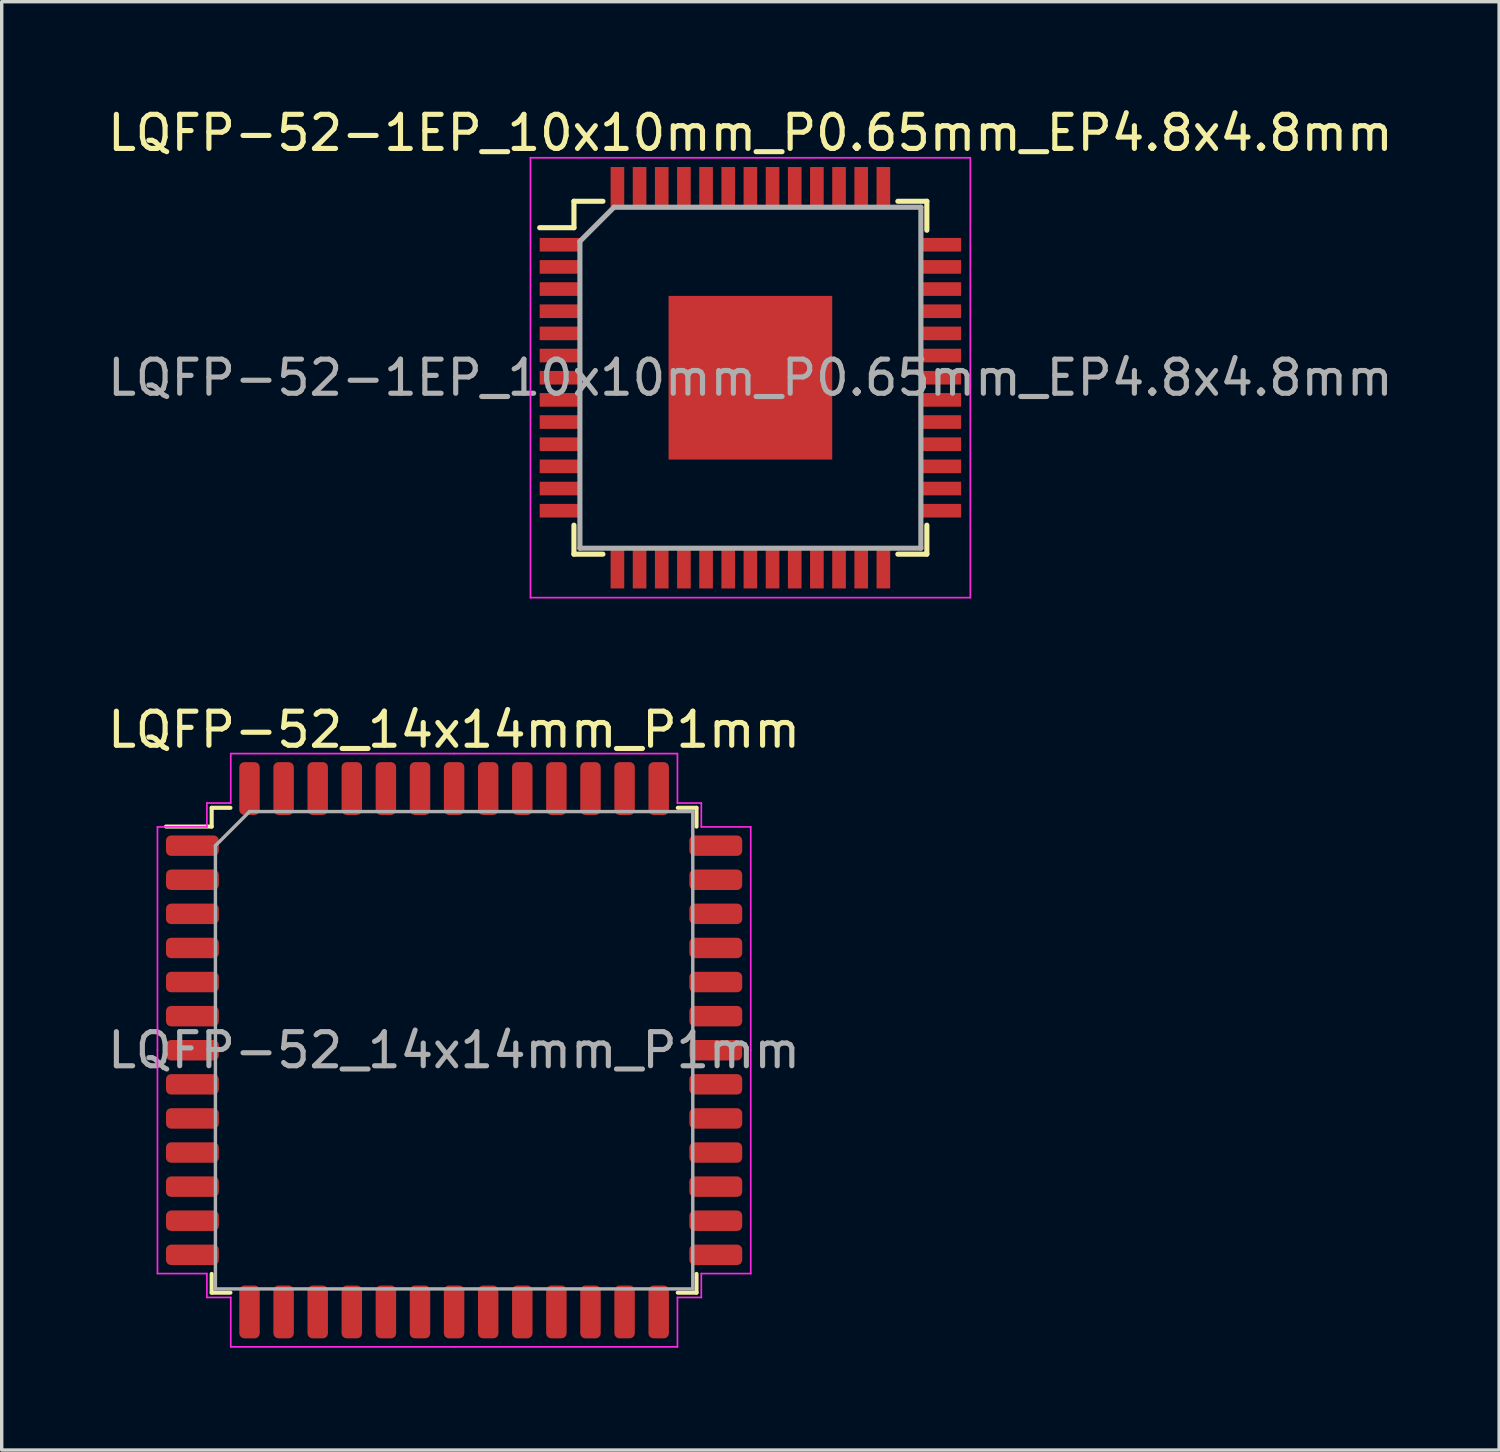
<source format=kicad_pcb>
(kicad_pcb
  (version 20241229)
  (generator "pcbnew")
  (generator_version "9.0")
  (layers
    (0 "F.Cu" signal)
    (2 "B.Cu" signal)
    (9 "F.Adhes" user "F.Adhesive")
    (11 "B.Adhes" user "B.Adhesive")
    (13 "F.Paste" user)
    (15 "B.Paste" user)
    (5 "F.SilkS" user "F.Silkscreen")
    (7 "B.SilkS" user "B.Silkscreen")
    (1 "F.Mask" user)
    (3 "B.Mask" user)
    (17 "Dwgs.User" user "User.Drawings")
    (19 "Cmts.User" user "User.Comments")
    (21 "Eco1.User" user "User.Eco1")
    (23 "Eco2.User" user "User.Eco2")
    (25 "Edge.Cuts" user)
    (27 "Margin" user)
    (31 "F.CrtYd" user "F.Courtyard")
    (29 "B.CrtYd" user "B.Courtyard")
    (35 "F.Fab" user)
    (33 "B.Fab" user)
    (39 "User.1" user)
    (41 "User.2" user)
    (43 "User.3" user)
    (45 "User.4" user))
  (footprint "LQFP-52_14x14mm_P1mm"
    (layer "F.Cu")
    (at 10.268 27.752)
    (property "Reference" "LQFP-52_14x14mm_P1mm" (at 0 -9.4 0) (layer "F.SilkS") (effects (font (size 1 1) (thickness 0.15))))
    (attr smd)
    (fp_line (start -7.11 -7.11) (end -7.11 -6.56) (stroke (width 0.12) (type solid)) (layer "F.SilkS"))
    (fp_line (start -7.11 -6.56) (end -8.45 -6.56) (stroke (width 0.12) (type solid)) (layer "F.SilkS"))
    (fp_line (start -7.11 7.11) (end -7.11 6.56) (stroke (width 0.12) (type solid)) (layer "F.SilkS"))
    (fp_line (start -6.56 -7.11) (end -7.11 -7.11) (stroke (width 0.12) (type solid)) (layer "F.SilkS"))
    (fp_line (start -6.56 7.11) (end -7.11 7.11) (stroke (width 0.12) (type solid)) (layer "F.SilkS"))
    (fp_line (start 6.56 -7.11) (end 7.11 -7.11) (stroke (width 0.12) (type solid)) (layer "F.SilkS"))
    (fp_line (start 6.56 7.11) (end 7.11 7.11) (stroke (width 0.12) (type solid)) (layer "F.SilkS"))
    (fp_line (start 7.11 -7.11) (end 7.11 -6.56) (stroke (width 0.12) (type solid)) (layer "F.SilkS"))
    (fp_line (start 7.11 7.11) (end 7.11 6.56) (stroke (width 0.12) (type solid)) (layer "F.SilkS"))
    (fp_line (start -8.7 -6.55) (end -8.7 0) (stroke (width 0.05) (type solid)) (layer "F.CrtYd"))
    (fp_line (start -8.7 6.55) (end -8.7 0) (stroke (width 0.05) (type solid)) (layer "F.CrtYd"))
    (fp_line (start -7.25 -7.25) (end -7.25 -6.55) (stroke (width 0.05) (type solid)) (layer "F.CrtYd"))
    (fp_line (start -7.25 -6.55) (end -8.7 -6.55) (stroke (width 0.05) (type solid)) (layer "F.CrtYd"))
    (fp_line (start -7.25 6.55) (end -8.7 6.55) (stroke (width 0.05) (type solid)) (layer "F.CrtYd"))
    (fp_line (start -7.25 7.25) (end -7.25 6.55) (stroke (width 0.05) (type solid)) (layer "F.CrtYd"))
    (fp_line (start -6.55 -8.7) (end -6.55 -7.25) (stroke (width 0.05) (type solid)) (layer "F.CrtYd"))
    (fp_line (start -6.55 -7.25) (end -7.25 -7.25) (stroke (width 0.05) (type solid)) (layer "F.CrtYd"))
    (fp_line (start -6.55 7.25) (end -7.25 7.25) (stroke (width 0.05) (type solid)) (layer "F.CrtYd"))
    (fp_line (start -6.55 8.7) (end -6.55 7.25) (stroke (width 0.05) (type solid)) (layer "F.CrtYd"))
    (fp_line (start 0 -8.7) (end -6.55 -8.7) (stroke (width 0.05) (type solid)) (layer "F.CrtYd"))
    (fp_line (start 0 -8.7) (end 6.55 -8.7) (stroke (width 0.05) (type solid)) (layer "F.CrtYd"))
    (fp_line (start 0 8.7) (end -6.55 8.7) (stroke (width 0.05) (type solid)) (layer "F.CrtYd"))
    (fp_line (start 0 8.7) (end 6.55 8.7) (stroke (width 0.05) (type solid)) (layer "F.CrtYd"))
    (fp_line (start 6.55 -8.7) (end 6.55 -7.25) (stroke (width 0.05) (type solid)) (layer "F.CrtYd"))
    (fp_line (start 6.55 -7.25) (end 7.25 -7.25) (stroke (width 0.05) (type solid)) (layer "F.CrtYd"))
    (fp_line (start 6.55 7.25) (end 7.25 7.25) (stroke (width 0.05) (type solid)) (layer "F.CrtYd"))
    (fp_line (start 6.55 8.7) (end 6.55 7.25) (stroke (width 0.05) (type solid)) (layer "F.CrtYd"))
    (fp_line (start 7.25 -7.25) (end 7.25 -6.55) (stroke (width 0.05) (type solid)) (layer "F.CrtYd"))
    (fp_line (start 7.25 -6.55) (end 8.7 -6.55) (stroke (width 0.05) (type solid)) (layer "F.CrtYd"))
    (fp_line (start 7.25 6.55) (end 8.7 6.55) (stroke (width 0.05) (type solid)) (layer "F.CrtYd"))
    (fp_line (start 7.25 7.25) (end 7.25 6.55) (stroke (width 0.05) (type solid)) (layer "F.CrtYd"))
    (fp_line (start 8.7 -6.55) (end 8.7 0) (stroke (width 0.05) (type solid)) (layer "F.CrtYd"))
    (fp_line (start 8.7 6.55) (end 8.7 0) (stroke (width 0.05) (type solid)) (layer "F.CrtYd"))
    (fp_line (start -7 -6) (end -6 -7) (stroke (width 0.1) (type solid)) (layer "F.Fab"))
    (fp_line (start -7 7) (end -7 -6) (stroke (width 0.1) (type solid)) (layer "F.Fab"))
    (fp_line (start -6 -7) (end 7 -7) (stroke (width 0.1) (type solid)) (layer "F.Fab"))
    (fp_line (start 7 -7) (end 7 7) (stroke (width 0.1) (type solid)) (layer "F.Fab"))
    (fp_line (start 7 7) (end -7 7) (stroke (width 0.1) (type solid)) (layer "F.Fab"))
    (fp_text user "${REFERENCE}" (at 0 0 0) (layer "F.Fab") (effects (font (size 1 1) (thickness 0.15))))
    (pad "1" smd roundrect (at -7.675 -6) (size 1.55 0.6) (layers "F.Cu" "F.Mask" "F.Paste") (roundrect_rratio 0.25))
    (pad "2" smd roundrect (at -7.675 -5) (size 1.55 0.6) (layers "F.Cu" "F.Mask" "F.Paste") (roundrect_rratio 0.25))
    (pad "3" smd roundrect (at -7.675 -4) (size 1.55 0.6) (layers "F.Cu" "F.Mask" "F.Paste") (roundrect_rratio 0.25))
    (pad "4" smd roundrect (at -7.675 -3) (size 1.55 0.6) (layers "F.Cu" "F.Mask" "F.Paste") (roundrect_rratio 0.25))
    (pad "5" smd roundrect (at -7.675 -2) (size 1.55 0.6) (layers "F.Cu" "F.Mask" "F.Paste") (roundrect_rratio 0.25))
    (pad "6" smd roundrect (at -7.675 -1) (size 1.55 0.6) (layers "F.Cu" "F.Mask" "F.Paste") (roundrect_rratio 0.25))
    (pad "7" smd roundrect (at -7.675 0) (size 1.55 0.6) (layers "F.Cu" "F.Mask" "F.Paste") (roundrect_rratio 0.25))
    (pad "8" smd roundrect (at -7.675 1) (size 1.55 0.6) (layers "F.Cu" "F.Mask" "F.Paste") (roundrect_rratio 0.25))
    (pad "9" smd roundrect (at -7.675 2) (size 1.55 0.6) (layers "F.Cu" "F.Mask" "F.Paste") (roundrect_rratio 0.25))
    (pad "10" smd roundrect (at -7.675 3) (size 1.55 0.6) (layers "F.Cu" "F.Mask" "F.Paste") (roundrect_rratio 0.25))
    (pad "11" smd roundrect (at -7.675 4) (size 1.55 0.6) (layers "F.Cu" "F.Mask" "F.Paste") (roundrect_rratio 0.25))
    (pad "12" smd roundrect (at -7.675 5) (size 1.55 0.6) (layers "F.Cu" "F.Mask" "F.Paste") (roundrect_rratio 0.25))
    (pad "13" smd roundrect (at -7.675 6) (size 1.55 0.6) (layers "F.Cu" "F.Mask" "F.Paste") (roundrect_rratio 0.25))
    (pad "14" smd roundrect (at -6 7.675) (size 0.6 1.55) (layers "F.Cu" "F.Mask" "F.Paste") (roundrect_rratio 0.25))
    (pad "15" smd roundrect (at -5 7.675) (size 0.6 1.55) (layers "F.Cu" "F.Mask" "F.Paste") (roundrect_rratio 0.25))
    (pad "16" smd roundrect (at -4 7.675) (size 0.6 1.55) (layers "F.Cu" "F.Mask" "F.Paste") (roundrect_rratio 0.25))
    (pad "17" smd roundrect (at -3 7.675) (size 0.6 1.55) (layers "F.Cu" "F.Mask" "F.Paste") (roundrect_rratio 0.25))
    (pad "18" smd roundrect (at -2 7.675) (size 0.6 1.55) (layers "F.Cu" "F.Mask" "F.Paste") (roundrect_rratio 0.25))
    (pad "19" smd roundrect (at -1 7.675) (size 0.6 1.55) (layers "F.Cu" "F.Mask" "F.Paste") (roundrect_rratio 0.25))
    (pad "20" smd roundrect (at 0 7.675) (size 0.6 1.55) (layers "F.Cu" "F.Mask" "F.Paste") (roundrect_rratio 0.25))
    (pad "21" smd roundrect (at 1 7.675) (size 0.6 1.55) (layers "F.Cu" "F.Mask" "F.Paste") (roundrect_rratio 0.25))
    (pad "22" smd roundrect (at 2 7.675) (size 0.6 1.55) (layers "F.Cu" "F.Mask" "F.Paste") (roundrect_rratio 0.25))
    (pad "23" smd roundrect (at 3 7.675) (size 0.6 1.55) (layers "F.Cu" "F.Mask" "F.Paste") (roundrect_rratio 0.25))
    (pad "24" smd roundrect (at 4 7.675) (size 0.6 1.55) (layers "F.Cu" "F.Mask" "F.Paste") (roundrect_rratio 0.25))
    (pad "25" smd roundrect (at 5 7.675) (size 0.6 1.55) (layers "F.Cu" "F.Mask" "F.Paste") (roundrect_rratio 0.25))
    (pad "26" smd roundrect (at 6 7.675) (size 0.6 1.55) (layers "F.Cu" "F.Mask" "F.Paste") (roundrect_rratio 0.25))
    (pad "27" smd roundrect (at 7.675 6) (size 1.55 0.6) (layers "F.Cu" "F.Mask" "F.Paste") (roundrect_rratio 0.25))
    (pad "28" smd roundrect (at 7.675 5) (size 1.55 0.6) (layers "F.Cu" "F.Mask" "F.Paste") (roundrect_rratio 0.25))
    (pad "29" smd roundrect (at 7.675 4) (size 1.55 0.6) (layers "F.Cu" "F.Mask" "F.Paste") (roundrect_rratio 0.25))
    (pad "30" smd roundrect (at 7.675 3) (size 1.55 0.6) (layers "F.Cu" "F.Mask" "F.Paste") (roundrect_rratio 0.25))
    (pad "31" smd roundrect (at 7.675 2) (size 1.55 0.6) (layers "F.Cu" "F.Mask" "F.Paste") (roundrect_rratio 0.25))
    (pad "32" smd roundrect (at 7.675 1) (size 1.55 0.6) (layers "F.Cu" "F.Mask" "F.Paste") (roundrect_rratio 0.25))
    (pad "33" smd roundrect (at 7.675 0) (size 1.55 0.6) (layers "F.Cu" "F.Mask" "F.Paste") (roundrect_rratio 0.25))
    (pad "34" smd roundrect (at 7.675 -1) (size 1.55 0.6) (layers "F.Cu" "F.Mask" "F.Paste") (roundrect_rratio 0.25))
    (pad "35" smd roundrect (at 7.675 -2) (size 1.55 0.6) (layers "F.Cu" "F.Mask" "F.Paste") (roundrect_rratio 0.25))
    (pad "36" smd roundrect (at 7.675 -3) (size 1.55 0.6) (layers "F.Cu" "F.Mask" "F.Paste") (roundrect_rratio 0.25))
    (pad "37" smd roundrect (at 7.675 -4) (size 1.55 0.6) (layers "F.Cu" "F.Mask" "F.Paste") (roundrect_rratio 0.25))
    (pad "38" smd roundrect (at 7.675 -5) (size 1.55 0.6) (layers "F.Cu" "F.Mask" "F.Paste") (roundrect_rratio 0.25))
    (pad "39" smd roundrect (at 7.675 -6) (size 1.55 0.6) (layers "F.Cu" "F.Mask" "F.Paste") (roundrect_rratio 0.25))
    (pad "40" smd roundrect (at 6 -7.675) (size 0.6 1.55) (layers "F.Cu" "F.Mask" "F.Paste") (roundrect_rratio 0.25))
    (pad "41" smd roundrect (at 5 -7.675) (size 0.6 1.55) (layers "F.Cu" "F.Mask" "F.Paste") (roundrect_rratio 0.25))
    (pad "42" smd roundrect (at 4 -7.675) (size 0.6 1.55) (layers "F.Cu" "F.Mask" "F.Paste") (roundrect_rratio 0.25))
    (pad "43" smd roundrect (at 3 -7.675) (size 0.6 1.55) (layers "F.Cu" "F.Mask" "F.Paste") (roundrect_rratio 0.25))
    (pad "44" smd roundrect (at 2 -7.675) (size 0.6 1.55) (layers "F.Cu" "F.Mask" "F.Paste") (roundrect_rratio 0.25))
    (pad "45" smd roundrect (at 1 -7.675) (size 0.6 1.55) (layers "F.Cu" "F.Mask" "F.Paste") (roundrect_rratio 0.25))
    (pad "46" smd roundrect (at 0 -7.675) (size 0.6 1.55) (layers "F.Cu" "F.Mask" "F.Paste") (roundrect_rratio 0.25))
    (pad "47" smd roundrect (at -1 -7.675) (size 0.6 1.55) (layers "F.Cu" "F.Mask" "F.Paste") (roundrect_rratio 0.25))
    (pad "48" smd roundrect (at -2 -7.675) (size 0.6 1.55) (layers "F.Cu" "F.Mask" "F.Paste") (roundrect_rratio 0.25))
    (pad "49" smd roundrect (at -3 -7.675) (size 0.6 1.55) (layers "F.Cu" "F.Mask" "F.Paste") (roundrect_rratio 0.25))
    (pad "50" smd roundrect (at -4 -7.675) (size 0.6 1.55) (layers "F.Cu" "F.Mask" "F.Paste") (roundrect_rratio 0.25))
    (pad "51" smd roundrect (at -5 -7.675) (size 0.6 1.55) (layers "F.Cu" "F.Mask" "F.Paste") (roundrect_rratio 0.25))
    (pad "52" smd roundrect (at -6 -7.675) (size 0.6 1.55) (layers "F.Cu" "F.Mask" "F.Paste") (roundrect_rratio 0.25)))
  (footprint "LQFP-52-1EP_10x10mm_P0.65mm_EP4.8x4.8mm"
    (layer "F.Cu")
    (at 18.958 8.028)
    (property "Reference" "LQFP-52-1EP_10x10mm_P0.65mm_EP4.8x4.8mm" (at 0 -7.18 0) (layer "F.SilkS") (effects (font (size 1 1) (thickness 0.15))))
    (attr smd)
    (fp_line (start -5.175 -5.175) (end -5.175 -4.4) (stroke (width 0.15) (type solid)) (layer "F.SilkS"))
    (fp_line (start -5.175 -5.175) (end -4.325 -5.175) (stroke (width 0.15) (type solid)) (layer "F.SilkS"))
    (fp_line (start -5.175 -4.4) (end -6.18 -4.4) (stroke (width 0.15) (type solid)) (layer "F.SilkS"))
    (fp_line (start -5.175 5.175) (end -5.175 4.325) (stroke (width 0.15) (type solid)) (layer "F.SilkS"))
    (fp_line (start -5.175 5.175) (end -4.325 5.175) (stroke (width 0.15) (type solid)) (layer "F.SilkS"))
    (fp_line (start 5.175 -5.175) (end 4.325 -5.175) (stroke (width 0.15) (type solid)) (layer "F.SilkS"))
    (fp_line (start 5.175 -5.175) (end 5.175 -4.325) (stroke (width 0.15) (type solid)) (layer "F.SilkS"))
    (fp_line (start 5.175 5.175) (end 4.325 5.175) (stroke (width 0.15) (type solid)) (layer "F.SilkS"))
    (fp_line (start 5.175 5.175) (end 5.175 4.325) (stroke (width 0.15) (type solid)) (layer "F.SilkS"))
    (fp_line (start -6.45 -6.45) (end -6.45 6.45) (stroke (width 0.05) (type solid)) (layer "F.CrtYd"))
    (fp_line (start -6.45 -6.45) (end 6.45 -6.45) (stroke (width 0.05) (type solid)) (layer "F.CrtYd"))
    (fp_line (start -6.45 6.45) (end 6.45 6.45) (stroke (width 0.05) (type solid)) (layer "F.CrtYd"))
    (fp_line (start 6.45 -6.45) (end 6.45 6.45) (stroke (width 0.05) (type solid)) (layer "F.CrtYd"))
    (fp_line (start -5 -4) (end -4 -5) (stroke (width 0.15) (type solid)) (layer "F.Fab"))
    (fp_line (start -5 5) (end -5 -4) (stroke (width 0.15) (type solid)) (layer "F.Fab"))
    (fp_line (start -4 -5) (end 5 -5) (stroke (width 0.15) (type solid)) (layer "F.Fab"))
    (fp_line (start 5 -5) (end 5 5) (stroke (width 0.15) (type solid)) (layer "F.Fab"))
    (fp_line (start 5 5) (end -5 5) (stroke (width 0.15) (type solid)) (layer "F.Fab"))
    (fp_text user "${REFERENCE}" (at 0 0 0) (layer "F.Fab") (effects (font (size 1 1) (thickness 0.15))))
    (pad "" smd rect (at -1.8 -1.8) (size 0.93 0.93) (layers "F.Paste"))
    (pad "" smd rect (at -1.8 -0.6) (size 0.93 0.93) (layers "F.Paste"))
    (pad "" smd rect (at -1.8 0.6) (size 0.93 0.93) (layers "F.Paste"))
    (pad "" smd rect (at -1.8 1.8) (size 0.93 0.93) (layers "F.Paste"))
    (pad "" smd rect (at -0.6 -1.8) (size 0.93 0.93) (layers "F.Paste"))
    (pad "" smd rect (at -0.6 -0.6) (size 0.93 0.93) (layers "F.Paste"))
    (pad "" smd rect (at -0.6 0.6) (size 0.93 0.93) (layers "F.Paste"))
    (pad "" smd rect (at -0.6 1.8) (size 0.93 0.93) (layers "F.Paste"))
    (pad "" smd rect (at 0.6 -1.8) (size 0.93 0.93) (layers "F.Paste"))
    (pad "" smd rect (at 0.6 -0.6) (size 0.93 0.93) (layers "F.Paste"))
    (pad "" smd rect (at 0.6 0.6) (size 0.93 0.93) (layers "F.Paste"))
    (pad "" smd rect (at 0.6 1.8) (size 0.93 0.93) (layers "F.Paste"))
    (pad "" smd rect (at 1.8 -1.8) (size 0.93 0.93) (layers "F.Paste"))
    (pad "" smd rect (at 1.8 -0.6) (size 0.93 0.93) (layers "F.Paste"))
    (pad "" smd rect (at 1.8 0.6) (size 0.93 0.93) (layers "F.Paste"))
    (pad "" smd rect (at 1.8 1.8) (size 0.93 0.93) (layers "F.Paste"))
    (pad "1" smd rect (at -5.59 -3.9) (size 1.18 0.4) (layers "F.Cu" "F.Mask" "F.Paste"))
    (pad "2" smd rect (at -5.59 -3.25) (size 1.18 0.4) (layers "F.Cu" "F.Mask" "F.Paste"))
    (pad "3" smd rect (at -5.59 -2.6) (size 1.18 0.4) (layers "F.Cu" "F.Mask" "F.Paste"))
    (pad "4" smd rect (at -5.59 -1.95) (size 1.18 0.4) (layers "F.Cu" "F.Mask" "F.Paste"))
    (pad "5" smd rect (at -5.59 -1.3) (size 1.18 0.4) (layers "F.Cu" "F.Mask" "F.Paste"))
    (pad "6" smd rect (at -5.59 -0.65) (size 1.18 0.4) (layers "F.Cu" "F.Mask" "F.Paste"))
    (pad "7" smd rect (at -5.59 0) (size 1.18 0.4) (layers "F.Cu" "F.Mask" "F.Paste"))
    (pad "8" smd rect (at -5.59 0.65) (size 1.18 0.4) (layers "F.Cu" "F.Mask" "F.Paste"))
    (pad "9" smd rect (at -5.59 1.3) (size 1.18 0.4) (layers "F.Cu" "F.Mask" "F.Paste"))
    (pad "10" smd rect (at -5.59 1.95) (size 1.18 0.4) (layers "F.Cu" "F.Mask" "F.Paste"))
    (pad "11" smd rect (at -5.59 2.6) (size 1.18 0.4) (layers "F.Cu" "F.Mask" "F.Paste"))
    (pad "12" smd rect (at -5.59 3.25) (size 1.18 0.4) (layers "F.Cu" "F.Mask" "F.Paste"))
    (pad "13" smd rect (at -5.59 3.9) (size 1.18 0.4) (layers "F.Cu" "F.Mask" "F.Paste"))
    (pad "14" smd rect (at -3.9 5.59 90) (size 1.18 0.4) (layers "F.Cu" "F.Mask" "F.Paste"))
    (pad "15" smd rect (at -3.25 5.59 90) (size 1.18 0.4) (layers "F.Cu" "F.Mask" "F.Paste"))
    (pad "16" smd rect (at -2.6 5.59 90) (size 1.18 0.4) (layers "F.Cu" "F.Mask" "F.Paste"))
    (pad "17" smd rect (at -1.95 5.59 90) (size 1.18 0.4) (layers "F.Cu" "F.Mask" "F.Paste"))
    (pad "18" smd rect (at -1.3 5.59 90) (size 1.18 0.4) (layers "F.Cu" "F.Mask" "F.Paste"))
    (pad "19" smd rect (at -0.65 5.59 90) (size 1.18 0.4) (layers "F.Cu" "F.Mask" "F.Paste"))
    (pad "20" smd rect (at 0 5.59 90) (size 1.18 0.4) (layers "F.Cu" "F.Mask" "F.Paste"))
    (pad "21" smd rect (at 0.65 5.59 90) (size 1.18 0.4) (layers "F.Cu" "F.Mask" "F.Paste"))
    (pad "22" smd rect (at 1.3 5.59 90) (size 1.18 0.4) (layers "F.Cu" "F.Mask" "F.Paste"))
    (pad "23" smd rect (at 1.95 5.59 90) (size 1.18 0.4) (layers "F.Cu" "F.Mask" "F.Paste"))
    (pad "24" smd rect (at 2.6 5.59 90) (size 1.18 0.4) (layers "F.Cu" "F.Mask" "F.Paste"))
    (pad "25" smd rect (at 3.25 5.59 90) (size 1.18 0.4) (layers "F.Cu" "F.Mask" "F.Paste"))
    (pad "26" smd rect (at 3.9 5.59 90) (size 1.18 0.4) (layers "F.Cu" "F.Mask" "F.Paste"))
    (pad "27" smd rect (at 5.59 3.9) (size 1.18 0.4) (layers "F.Cu" "F.Mask" "F.Paste"))
    (pad "28" smd rect (at 5.59 3.25) (size 1.18 0.4) (layers "F.Cu" "F.Mask" "F.Paste"))
    (pad "29" smd rect (at 5.59 2.6) (size 1.18 0.4) (layers "F.Cu" "F.Mask" "F.Paste"))
    (pad "30" smd rect (at 5.59 1.95) (size 1.18 0.4) (layers "F.Cu" "F.Mask" "F.Paste"))
    (pad "31" smd rect (at 5.59 1.3) (size 1.18 0.4) (layers "F.Cu" "F.Mask" "F.Paste"))
    (pad "32" smd rect (at 5.59 0.65) (size 1.18 0.4) (layers "F.Cu" "F.Mask" "F.Paste"))
    (pad "33" smd rect (at 5.59 0) (size 1.18 0.4) (layers "F.Cu" "F.Mask" "F.Paste"))
    (pad "34" smd rect (at 5.59 -0.65) (size 1.18 0.4) (layers "F.Cu" "F.Mask" "F.Paste"))
    (pad "35" smd rect (at 5.59 -1.3) (size 1.18 0.4) (layers "F.Cu" "F.Mask" "F.Paste"))
    (pad "36" smd rect (at 5.59 -1.95) (size 1.18 0.4) (layers "F.Cu" "F.Mask" "F.Paste"))
    (pad "37" smd rect (at 5.59 -2.6) (size 1.18 0.4) (layers "F.Cu" "F.Mask" "F.Paste"))
    (pad "38" smd rect (at 5.59 -3.25) (size 1.18 0.4) (layers "F.Cu" "F.Mask" "F.Paste"))
    (pad "39" smd rect (at 5.59 -3.9) (size 1.18 0.4) (layers "F.Cu" "F.Mask" "F.Paste"))
    (pad "40" smd rect (at 3.9 -5.59 90) (size 1.18 0.4) (layers "F.Cu" "F.Mask" "F.Paste"))
    (pad "41" smd rect (at 3.25 -5.59 90) (size 1.18 0.4) (layers "F.Cu" "F.Mask" "F.Paste"))
    (pad "42" smd rect (at 2.6 -5.59 90) (size 1.18 0.4) (layers "F.Cu" "F.Mask" "F.Paste"))
    (pad "43" smd rect (at 1.95 -5.59 90) (size 1.18 0.4) (layers "F.Cu" "F.Mask" "F.Paste"))
    (pad "44" smd rect (at 1.3 -5.59 90) (size 1.18 0.4) (layers "F.Cu" "F.Mask" "F.Paste"))
    (pad "45" smd rect (at 0.65 -5.59 90) (size 1.18 0.4) (layers "F.Cu" "F.Mask" "F.Paste"))
    (pad "46" smd rect (at 0 -5.59 90) (size 1.18 0.4) (layers "F.Cu" "F.Mask" "F.Paste"))
    (pad "47" smd rect (at -0.65 -5.59 90) (size 1.18 0.4) (layers "F.Cu" "F.Mask" "F.Paste"))
    (pad "48" smd rect (at -1.3 -5.59 90) (size 1.18 0.4) (layers "F.Cu" "F.Mask" "F.Paste"))
    (pad "49" smd rect (at -1.95 -5.59 90) (size 1.18 0.4) (layers "F.Cu" "F.Mask" "F.Paste"))
    (pad "50" smd rect (at -2.6 -5.59 90) (size 1.18 0.4) (layers "F.Cu" "F.Mask" "F.Paste"))
    (pad "51" smd rect (at -3.25 -5.59 90) (size 1.18 0.4) (layers "F.Cu" "F.Mask" "F.Paste"))
    (pad "52" smd rect (at -3.9 -5.59 90) (size 1.18 0.4) (layers "F.Cu" "F.Mask" "F.Paste"))
    (pad "53" smd rect (at 0 0) (size 4.8 4.8) (layers "F.Cu" "F.Mask")))
  (gr_rect
    (start -3 -3)
    (end 40.917 39.477)
    (stroke (width 0.1) (type default))
    (fill no)
    (layer "Edge.Cuts")))
</source>
